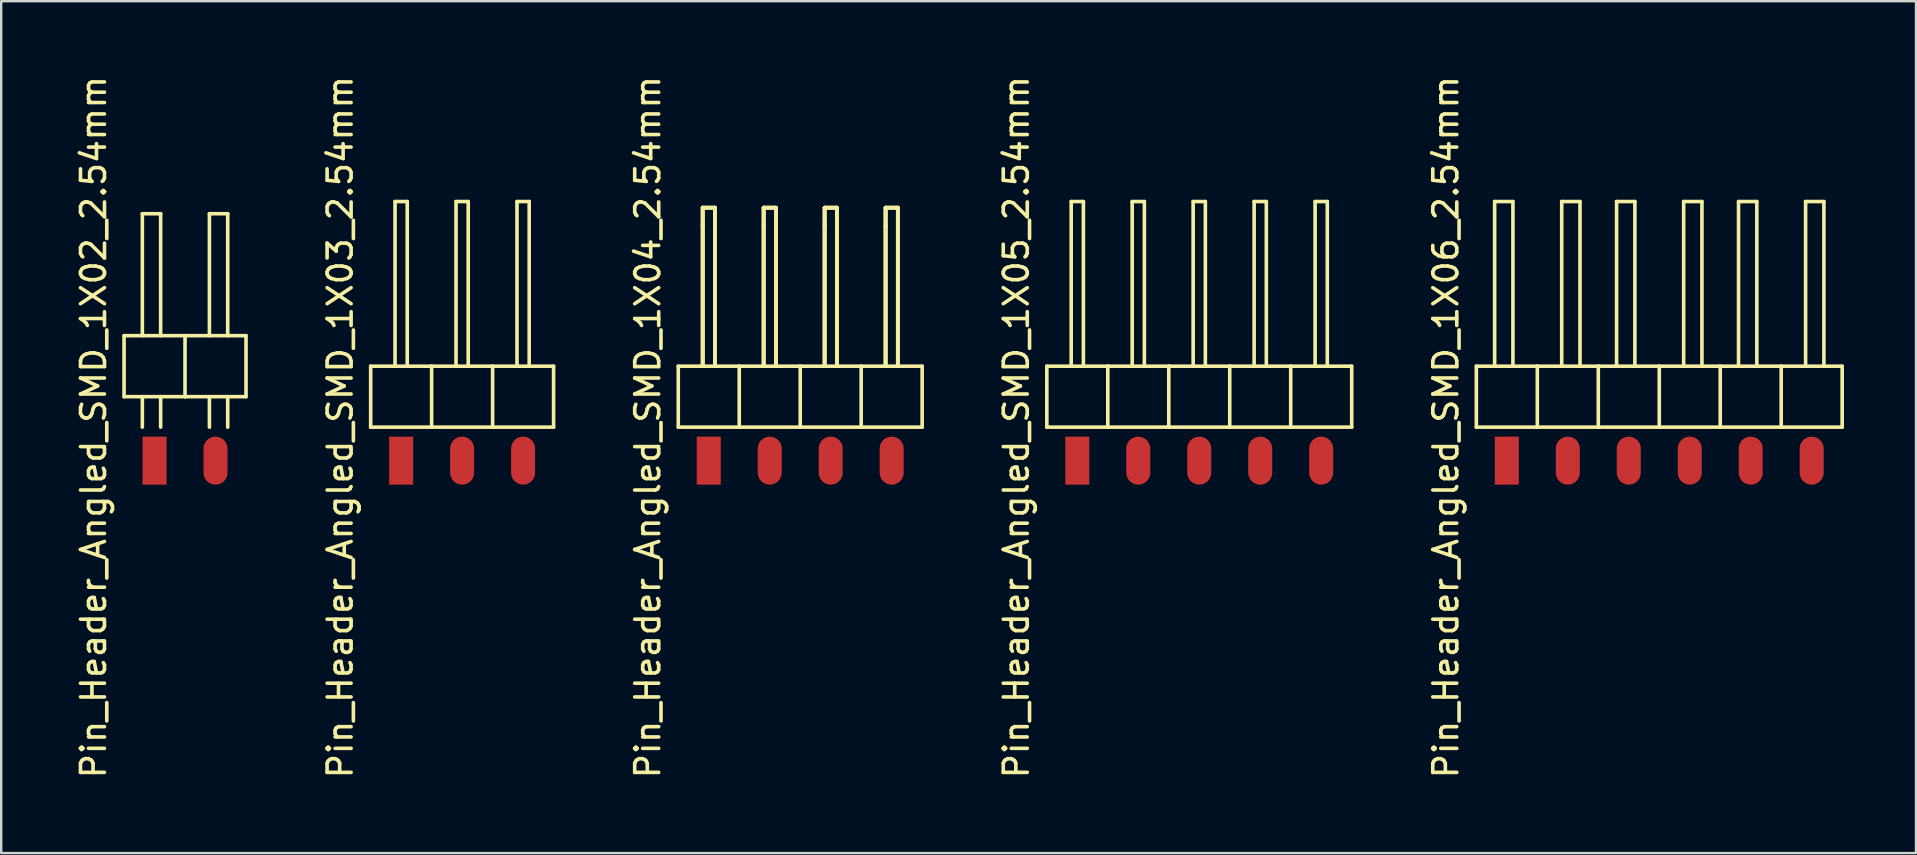
<source format=kicad_pcb>
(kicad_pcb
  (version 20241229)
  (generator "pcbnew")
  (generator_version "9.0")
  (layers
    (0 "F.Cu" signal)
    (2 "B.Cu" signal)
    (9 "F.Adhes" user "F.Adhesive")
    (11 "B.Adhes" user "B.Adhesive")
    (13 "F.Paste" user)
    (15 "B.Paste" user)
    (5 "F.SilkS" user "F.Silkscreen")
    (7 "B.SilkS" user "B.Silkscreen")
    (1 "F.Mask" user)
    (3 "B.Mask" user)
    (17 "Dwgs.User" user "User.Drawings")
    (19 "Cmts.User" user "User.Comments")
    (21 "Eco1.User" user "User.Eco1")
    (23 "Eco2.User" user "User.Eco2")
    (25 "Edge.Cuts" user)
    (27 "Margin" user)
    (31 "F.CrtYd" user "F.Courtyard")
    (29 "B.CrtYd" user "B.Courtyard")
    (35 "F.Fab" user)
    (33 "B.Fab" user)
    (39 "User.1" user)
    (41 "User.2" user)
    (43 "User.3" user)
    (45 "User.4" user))
  (footprint "Pin_Header_Angled_SMD_1X02_2.54mm"
    (layer "F.Cu")
    (at 4.658 10.934)
    (property "Reference" "Pin_Header_Angled_SMD_1X02_2.54mm" (at -3.81 3.81 90) (layer "F.SilkS") (effects (font (size 1 1) (thickness 0.15))))
    (attr through_hole)
    (fp_line (start -2.54 0) (end -2.54 2.54) (stroke (width 0.15) (type solid)) (layer "F.SilkS"))
    (fp_line (start -2.54 2.54) (end 0 2.54) (stroke (width 0.15) (type solid)) (layer "F.SilkS"))
    (fp_line (start -1.778 -5.08) (end -1.778 0) (stroke (width 0.15) (type solid)) (layer "F.SilkS"))
    (fp_line (start -1.778 -5.08) (end -1.016 -5.08) (stroke (width 0.15) (type solid)) (layer "F.SilkS"))
    (fp_line (start -1.778 2.54) (end -1.778 3.81) (stroke (width 0.15) (type solid)) (layer "F.SilkS"))
    (fp_line (start -1.016 -5.08) (end -1.016 0) (stroke (width 0.15) (type solid)) (layer "F.SilkS"))
    (fp_line (start -1.016 2.54) (end -1.016 3.81) (stroke (width 0.15) (type solid)) (layer "F.SilkS"))
    (fp_line (start 0 0) (end -2.54 0) (stroke (width 0.15) (type solid)) (layer "F.SilkS"))
    (fp_line (start 0 2.54) (end 0 0) (stroke (width 0.15) (type solid)) (layer "F.SilkS"))
    (fp_line (start 0 2.54) (end 2.54 2.54) (stroke (width 0.15) (type solid)) (layer "F.SilkS"))
    (fp_line (start 1.016 -5.08) (end 1.016 0) (stroke (width 0.15) (type solid)) (layer "F.SilkS"))
    (fp_line (start 1.016 2.54) (end 1.016 3.81) (stroke (width 0.15) (type solid)) (layer "F.SilkS"))
    (fp_line (start 1.778 -5.08) (end 1.016 -5.08) (stroke (width 0.15) (type solid)) (layer "F.SilkS"))
    (fp_line (start 1.778 -5.08) (end 1.778 0) (stroke (width 0.15) (type solid)) (layer "F.SilkS"))
    (fp_line (start 1.778 2.54) (end 1.778 3.81) (stroke (width 0.15) (type solid)) (layer "F.SilkS"))
    (fp_line (start 2.54 0) (end 0 0) (stroke (width 0.15) (type solid)) (layer "F.SilkS"))
    (fp_line (start 2.54 2.54) (end 2.54 0) (stroke (width 0.15) (type solid)) (layer "F.SilkS"))
    (pad "1" smd rect (at -1.27 5.205) (size 1 2) (layers "F.Cu" "F.Mask" "F.Paste"))
    (pad "2" smd oval (at 1.27 5.205) (size 1 2) (layers "F.Cu" "F.Mask" "F.Paste")))
  (footprint "Pin_Header_Angled_SMD_1X05_2.54mm"
    (layer "F.Cu")
    (at 46.908 10.934)
    (property "Reference" "Pin_Header_Angled_SMD_1X05_2.54mm" (at -7.62 3.81 90) (layer "F.SilkS") (effects (font (size 1 1) (thickness 0.15))))
    (attr through_hole)
    (fp_line (start -6.35 1.27) (end -6.35 3.81) (stroke (width 0.15) (type solid)) (layer "F.SilkS"))
    (fp_line (start -6.35 3.81) (end -3.81 3.81) (stroke (width 0.15) (type solid)) (layer "F.SilkS"))
    (fp_line (start -5.334 -5.588) (end -5.334 1.27) (stroke (width 0.15) (type solid)) (layer "F.SilkS"))
    (fp_line (start -5.334 -5.588) (end -4.826 -5.588) (stroke (width 0.15) (type solid)) (layer "F.SilkS"))
    (fp_line (start -4.826 -5.588) (end -4.826 1.27) (stroke (width 0.15) (type solid)) (layer "F.SilkS"))
    (fp_line (start -3.81 1.27) (end -6.35 1.27) (stroke (width 0.15) (type solid)) (layer "F.SilkS"))
    (fp_line (start -3.81 3.81) (end -3.81 1.27) (stroke (width 0.15) (type solid)) (layer "F.SilkS"))
    (fp_line (start -3.81 3.81) (end -1.27 3.81) (stroke (width 0.15) (type solid)) (layer "F.SilkS"))
    (fp_line (start -2.794 -5.588) (end -2.794 1.27) (stroke (width 0.15) (type solid)) (layer "F.SilkS"))
    (fp_line (start -2.794 -5.588) (end -2.286 -5.588) (stroke (width 0.15) (type solid)) (layer "F.SilkS"))
    (fp_line (start -2.286 -5.588) (end -2.286 1.27) (stroke (width 0.15) (type solid)) (layer "F.SilkS"))
    (fp_line (start -1.27 1.27) (end -3.81 1.27) (stroke (width 0.15) (type solid)) (layer "F.SilkS"))
    (fp_line (start -1.27 3.81) (end -1.27 1.27) (stroke (width 0.15) (type solid)) (layer "F.SilkS"))
    (fp_line (start -0.254 -5.588) (end -0.254 1.27) (stroke (width 0.15) (type solid)) (layer "F.SilkS"))
    (fp_line (start -0.254 -5.588) (end 0.254 -5.588) (stroke (width 0.15) (type solid)) (layer "F.SilkS"))
    (fp_line (start 0.254 -5.588) (end 0.254 1.27) (stroke (width 0.15) (type solid)) (layer "F.SilkS"))
    (fp_line (start 1.27 1.27) (end -1.27 1.27) (stroke (width 0.15) (type solid)) (layer "F.SilkS"))
    (fp_line (start 1.27 1.27) (end 1.27 3.81) (stroke (width 0.15) (type solid)) (layer "F.SilkS"))
    (fp_line (start 1.27 3.81) (end -1.27 3.81) (stroke (width 0.15) (type solid)) (layer "F.SilkS"))
    (fp_line (start 1.27 3.81) (end 3.81 3.81) (stroke (width 0.15) (type solid)) (layer "F.SilkS"))
    (fp_line (start 2.286 -5.588) (end 2.286 1.27) (stroke (width 0.15) (type solid)) (layer "F.SilkS"))
    (fp_line (start 2.286 -5.588) (end 2.794 -5.588) (stroke (width 0.15) (type solid)) (layer "F.SilkS"))
    (fp_line (start 2.794 -5.588) (end 2.794 1.27) (stroke (width 0.15) (type solid)) (layer "F.SilkS"))
    (fp_line (start 3.81 1.27) (end 1.27 1.27) (stroke (width 0.15) (type solid)) (layer "F.SilkS"))
    (fp_line (start 3.81 1.27) (end 6.35 1.27) (stroke (width 0.15) (type solid)) (layer "F.SilkS"))
    (fp_line (start 3.81 3.81) (end 3.81 1.27) (stroke (width 0.15) (type solid)) (layer "F.SilkS"))
    (fp_line (start 4.826 -5.588) (end 4.826 1.27) (stroke (width 0.15) (type solid)) (layer "F.SilkS"))
    (fp_line (start 4.826 -5.588) (end 5.334 -5.588) (stroke (width 0.15) (type solid)) (layer "F.SilkS"))
    (fp_line (start 5.334 -5.588) (end 5.334 1.27) (stroke (width 0.15) (type solid)) (layer "F.SilkS"))
    (fp_line (start 6.35 3.81) (end 3.81 3.81) (stroke (width 0.15) (type solid)) (layer "F.SilkS"))
    (fp_line (start 6.35 3.81) (end 6.35 1.27) (stroke (width 0.15) (type solid)) (layer "F.SilkS"))
    (pad "1" smd rect (at -5.08 5.205) (size 1 2) (layers "F.Cu" "F.Mask" "F.Paste"))
    (pad "2" smd oval (at -2.54 5.205) (size 1 2) (layers "F.Cu" "F.Mask" "F.Paste"))
    (pad "3" smd oval (at 0 5.205) (size 1 2) (layers "F.Cu" "F.Mask" "F.Paste"))
    (pad "4" smd oval (at 2.54 5.205) (size 1 2) (layers "F.Cu" "F.Mask" "F.Paste"))
    (pad "5" smd oval (at 5.08 5.205) (size 1 2) (layers "F.Cu" "F.Mask" "F.Paste")))
  (footprint "Pin_Header_Angled_SMD_1X06_2.54mm"
    (layer "F.Cu")
    (at 66.071 10.934)
    (property "Reference" "Pin_Header_Angled_SMD_1X06_2.54mm" (at -8.89 3.81 90) (layer "F.SilkS") (effects (font (size 1 1) (thickness 0.15))))
    (attr through_hole)
    (fp_line (start -7.62 1.27) (end -7.62 3.81) (stroke (width 0.15) (type solid)) (layer "F.SilkS"))
    (fp_line (start -7.62 3.81) (end -5.08 3.81) (stroke (width 0.15) (type solid)) (layer "F.SilkS"))
    (fp_line (start -6.858 -5.588) (end -6.858 1.27) (stroke (width 0.15) (type solid)) (layer "F.SilkS"))
    (fp_line (start -6.858 -5.588) (end -6.096 -5.588) (stroke (width 0.15) (type solid)) (layer "F.SilkS"))
    (fp_line (start -6.096 -5.588) (end -6.096 1.27) (stroke (width 0.15) (type solid)) (layer "F.SilkS"))
    (fp_line (start -5.08 1.27) (end -7.62 1.27) (stroke (width 0.15) (type solid)) (layer "F.SilkS"))
    (fp_line (start -5.08 3.81) (end -5.08 1.27) (stroke (width 0.15) (type solid)) (layer "F.SilkS"))
    (fp_line (start -5.08 3.81) (end -2.54 3.81) (stroke (width 0.15) (type solid)) (layer "F.SilkS"))
    (fp_line (start -4.064 -5.588) (end -4.064 1.27) (stroke (width 0.15) (type solid)) (layer "F.SilkS"))
    (fp_line (start -4.064 -5.588) (end -3.302 -5.588) (stroke (width 0.15) (type solid)) (layer "F.SilkS"))
    (fp_line (start -3.302 -5.588) (end -3.302 1.27) (stroke (width 0.15) (type solid)) (layer "F.SilkS"))
    (fp_line (start -2.54 1.27) (end -5.08 1.27) (stroke (width 0.15) (type solid)) (layer "F.SilkS"))
    (fp_line (start -2.54 3.81) (end -2.54 1.27) (stroke (width 0.15) (type solid)) (layer "F.SilkS"))
    (fp_line (start -1.778 -5.588) (end -1.778 1.27) (stroke (width 0.15) (type solid)) (layer "F.SilkS"))
    (fp_line (start -1.778 -5.588) (end -1.016 -5.588) (stroke (width 0.15) (type solid)) (layer "F.SilkS"))
    (fp_line (start -1.016 -5.588) (end -1.016 1.27) (stroke (width 0.15) (type solid)) (layer "F.SilkS"))
    (fp_line (start 0 1.27) (end -2.54 1.27) (stroke (width 0.15) (type solid)) (layer "F.SilkS"))
    (fp_line (start 0 1.27) (end 0 3.81) (stroke (width 0.15) (type solid)) (layer "F.SilkS"))
    (fp_line (start 0 3.81) (end -2.54 3.81) (stroke (width 0.15) (type solid)) (layer "F.SilkS"))
    (fp_line (start 0 3.81) (end 2.54 3.81) (stroke (width 0.15) (type solid)) (layer "F.SilkS"))
    (fp_line (start 1.016 -5.588) (end 1.016 1.27) (stroke (width 0.15) (type solid)) (layer "F.SilkS"))
    (fp_line (start 1.016 -5.588) (end 1.778 -5.588) (stroke (width 0.15) (type solid)) (layer "F.SilkS"))
    (fp_line (start 1.778 -5.588) (end 1.778 1.27) (stroke (width 0.15) (type solid)) (layer "F.SilkS"))
    (fp_line (start 2.54 1.27) (end 0 1.27) (stroke (width 0.15) (type solid)) (layer "F.SilkS"))
    (fp_line (start 2.54 1.27) (end 5.08 1.27) (stroke (width 0.15) (type solid)) (layer "F.SilkS"))
    (fp_line (start 2.54 3.81) (end 2.54 1.27) (stroke (width 0.15) (type solid)) (layer "F.SilkS"))
    (fp_line (start 3.302 -5.588) (end 3.302 1.27) (stroke (width 0.15) (type solid)) (layer "F.SilkS"))
    (fp_line (start 3.302 -5.588) (end 4.064 -5.588) (stroke (width 0.15) (type solid)) (layer "F.SilkS"))
    (fp_line (start 4.064 -5.588) (end 4.064 1.27) (stroke (width 0.15) (type solid)) (layer "F.SilkS"))
    (fp_line (start 5.08 1.27) (end 7.62 1.27) (stroke (width 0.15) (type solid)) (layer "F.SilkS"))
    (fp_line (start 5.08 3.81) (end 2.54 3.81) (stroke (width 0.15) (type solid)) (layer "F.SilkS"))
    (fp_line (start 5.08 3.81) (end 5.08 1.27) (stroke (width 0.15) (type solid)) (layer "F.SilkS"))
    (fp_line (start 6.096 -5.588) (end 6.096 1.27) (stroke (width 0.15) (type solid)) (layer "F.SilkS"))
    (fp_line (start 6.096 -5.588) (end 6.858 -5.588) (stroke (width 0.15) (type solid)) (layer "F.SilkS"))
    (fp_line (start 6.858 -5.588) (end 6.858 1.27) (stroke (width 0.15) (type solid)) (layer "F.SilkS"))
    (fp_line (start 7.62 1.27) (end 7.62 3.81) (stroke (width 0.15) (type solid)) (layer "F.SilkS"))
    (fp_line (start 7.62 3.81) (end 5.08 3.81) (stroke (width 0.15) (type solid)) (layer "F.SilkS"))
    (pad "1" smd rect (at -6.35 5.205) (size 1 2) (layers "F.Cu" "F.Mask" "F.Paste"))
    (pad "2" smd oval (at -3.81 5.205) (size 1 2) (layers "F.Cu" "F.Mask" "F.Paste"))
    (pad "3" smd oval (at -1.27 5.205) (size 1 2) (layers "F.Cu" "F.Mask" "F.Paste"))
    (pad "4" smd oval (at 1.27 5.205) (size 1 2) (layers "F.Cu" "F.Mask" "F.Paste"))
    (pad "5" smd oval (at 3.81 5.205) (size 1 2) (layers "F.Cu" "F.Mask" "F.Paste"))
    (pad "6" smd oval (at 6.35 5.205) (size 1 2) (layers "F.Cu" "F.Mask" "F.Paste")))
  (footprint "Pin_Header_Angled_SMD_1X04_2.54mm"
    (layer "F.Cu")
    (at 30.285 10.934)
    (property "Reference" "Pin_Header_Angled_SMD_1X04_2.54mm" (at -6.35 3.81 90) (layer "F.SilkS") (effects (font (size 1 1) (thickness 0.15))))
    (attr through_hole)
    (fp_line (start -5.08 1.27) (end -5.08 3.81) (stroke (width 0.15) (type solid)) (layer "F.SilkS"))
    (fp_line (start -5.08 3.81) (end -2.54 3.81) (stroke (width 0.15) (type solid)) (layer "F.SilkS"))
    (fp_line (start -4.064 -5.334) (end -3.556 -5.334) (stroke (width 0.15) (type solid)) (layer "F.SilkS"))
    (fp_line (start -4.064 -5.334) (end -3.556 -5.334) (stroke (width 0.15) (type solid)) (layer "F.SilkS"))
    (fp_line (start -4.064 -5.334) (end -3.556 -5.334) (stroke (width 0.15) (type solid)) (layer "F.SilkS"))
    (fp_line (start -4.064 -5.334) (end -3.556 -5.334) (stroke (width 0.15) (type solid)) (layer "F.SilkS"))
    (fp_line (start -4.064 -4.572) (end -4.064 -5.334) (stroke (width 0.15) (type solid)) (layer "F.SilkS"))
    (fp_line (start -4.064 -4.572) (end -4.064 -5.334) (stroke (width 0.15) (type solid)) (layer "F.SilkS"))
    (fp_line (start -4.064 -4.572) (end -4.064 -5.334) (stroke (width 0.15) (type solid)) (layer "F.SilkS"))
    (fp_line (start -4.064 -4.572) (end -4.064 -5.334) (stroke (width 0.15) (type solid)) (layer "F.SilkS"))
    (fp_line (start -4.064 1.27) (end -4.064 -4.572) (stroke (width 0.15) (type solid)) (layer "F.SilkS"))
    (fp_line (start -4.064 1.27) (end -4.064 -4.572) (stroke (width 0.15) (type solid)) (layer "F.SilkS"))
    (fp_line (start -4.064 1.27) (end -4.064 -4.572) (stroke (width 0.15) (type solid)) (layer "F.SilkS"))
    (fp_line (start -4.064 1.27) (end -4.064 -4.572) (stroke (width 0.15) (type solid)) (layer "F.SilkS"))
    (fp_line (start -3.556 -5.334) (end -3.556 1.27) (stroke (width 0.15) (type solid)) (layer "F.SilkS"))
    (fp_line (start -3.556 -5.334) (end -3.556 1.27) (stroke (width 0.15) (type solid)) (layer "F.SilkS"))
    (fp_line (start -3.556 -5.334) (end -3.556 1.27) (stroke (width 0.15) (type solid)) (layer "F.SilkS"))
    (fp_line (start -3.556 -5.334) (end -3.556 1.27) (stroke (width 0.15) (type solid)) (layer "F.SilkS"))
    (fp_line (start -2.54 1.27) (end -5.08 1.27) (stroke (width 0.15) (type solid)) (layer "F.SilkS"))
    (fp_line (start -2.54 3.81) (end -2.54 1.27) (stroke (width 0.15) (type solid)) (layer "F.SilkS"))
    (fp_line (start -2.54 3.81) (end 0 3.81) (stroke (width 0.15) (type solid)) (layer "F.SilkS"))
    (fp_line (start -1.524 -5.334) (end -1.016 -5.334) (stroke (width 0.15) (type solid)) (layer "F.SilkS"))
    (fp_line (start -1.524 -5.334) (end -1.016 -5.334) (stroke (width 0.15) (type solid)) (layer "F.SilkS"))
    (fp_line (start -1.524 -5.334) (end -1.016 -5.334) (stroke (width 0.15) (type solid)) (layer "F.SilkS"))
    (fp_line (start -1.524 -5.334) (end -1.016 -5.334) (stroke (width 0.15) (type solid)) (layer "F.SilkS"))
    (fp_line (start -1.524 -4.572) (end -1.524 -5.334) (stroke (width 0.15) (type solid)) (layer "F.SilkS"))
    (fp_line (start -1.524 -4.572) (end -1.524 -5.334) (stroke (width 0.15) (type solid)) (layer "F.SilkS"))
    (fp_line (start -1.524 -4.572) (end -1.524 -5.334) (stroke (width 0.15) (type solid)) (layer "F.SilkS"))
    (fp_line (start -1.524 -4.572) (end -1.524 -5.334) (stroke (width 0.15) (type solid)) (layer "F.SilkS"))
    (fp_line (start -1.524 1.27) (end -1.524 -4.572) (stroke (width 0.15) (type solid)) (layer "F.SilkS"))
    (fp_line (start -1.524 1.27) (end -1.524 -4.572) (stroke (width 0.15) (type solid)) (layer "F.SilkS"))
    (fp_line (start -1.524 1.27) (end -1.524 -4.572) (stroke (width 0.15) (type solid)) (layer "F.SilkS"))
    (fp_line (start -1.524 1.27) (end -1.524 -4.572) (stroke (width 0.15) (type solid)) (layer "F.SilkS"))
    (fp_line (start -1.016 -5.334) (end -1.016 1.27) (stroke (width 0.15) (type solid)) (layer "F.SilkS"))
    (fp_line (start -1.016 -5.334) (end -1.016 1.27) (stroke (width 0.15) (type solid)) (layer "F.SilkS"))
    (fp_line (start -1.016 -5.334) (end -1.016 1.27) (stroke (width 0.15) (type solid)) (layer "F.SilkS"))
    (fp_line (start -1.016 -5.334) (end -1.016 1.27) (stroke (width 0.15) (type solid)) (layer "F.SilkS"))
    (fp_line (start 0 1.27) (end -2.54 1.27) (stroke (width 0.15) (type solid)) (layer "F.SilkS"))
    (fp_line (start 0 3.81) (end 0 1.27) (stroke (width 0.15) (type solid)) (layer "F.SilkS"))
    (fp_line (start 1.016 -5.334) (end 1.524 -5.334) (stroke (width 0.15) (type solid)) (layer "F.SilkS"))
    (fp_line (start 1.016 -5.334) (end 1.524 -5.334) (stroke (width 0.15) (type solid)) (layer "F.SilkS"))
    (fp_line (start 1.016 -5.334) (end 1.524 -5.334) (stroke (width 0.15) (type solid)) (layer "F.SilkS"))
    (fp_line (start 1.016 -5.334) (end 1.524 -5.334) (stroke (width 0.15) (type solid)) (layer "F.SilkS"))
    (fp_line (start 1.016 -4.572) (end 1.016 -5.334) (stroke (width 0.15) (type solid)) (layer "F.SilkS"))
    (fp_line (start 1.016 -4.572) (end 1.016 -5.334) (stroke (width 0.15) (type solid)) (layer "F.SilkS"))
    (fp_line (start 1.016 -4.572) (end 1.016 -5.334) (stroke (width 0.15) (type solid)) (layer "F.SilkS"))
    (fp_line (start 1.016 -4.572) (end 1.016 -5.334) (stroke (width 0.15) (type solid)) (layer "F.SilkS"))
    (fp_line (start 1.016 1.27) (end 1.016 -4.572) (stroke (width 0.15) (type solid)) (layer "F.SilkS"))
    (fp_line (start 1.016 1.27) (end 1.016 -4.572) (stroke (width 0.15) (type solid)) (layer "F.SilkS"))
    (fp_line (start 1.016 1.27) (end 1.016 -4.572) (stroke (width 0.15) (type solid)) (layer "F.SilkS"))
    (fp_line (start 1.016 1.27) (end 1.016 -4.572) (stroke (width 0.15) (type solid)) (layer "F.SilkS"))
    (fp_line (start 1.524 -5.334) (end 1.524 1.27) (stroke (width 0.15) (type solid)) (layer "F.SilkS"))
    (fp_line (start 1.524 -5.334) (end 1.524 1.27) (stroke (width 0.15) (type solid)) (layer "F.SilkS"))
    (fp_line (start 1.524 -5.334) (end 1.524 1.27) (stroke (width 0.15) (type solid)) (layer "F.SilkS"))
    (fp_line (start 1.524 -5.334) (end 1.524 1.27) (stroke (width 0.15) (type solid)) (layer "F.SilkS"))
    (fp_line (start 2.54 1.27) (end 0 1.27) (stroke (width 0.15) (type solid)) (layer "F.SilkS"))
    (fp_line (start 2.54 1.27) (end 2.54 3.81) (stroke (width 0.15) (type solid)) (layer "F.SilkS"))
    (fp_line (start 2.54 3.81) (end 0 3.81) (stroke (width 0.15) (type solid)) (layer "F.SilkS"))
    (fp_line (start 2.54 3.81) (end 5.08 3.81) (stroke (width 0.15) (type solid)) (layer "F.SilkS"))
    (fp_line (start 3.556 -5.334) (end 4.064 -5.334) (stroke (width 0.15) (type solid)) (layer "F.SilkS"))
    (fp_line (start 3.556 -5.334) (end 4.064 -5.334) (stroke (width 0.15) (type solid)) (layer "F.SilkS"))
    (fp_line (start 3.556 -5.334) (end 4.064 -5.334) (stroke (width 0.15) (type solid)) (layer "F.SilkS"))
    (fp_line (start 3.556 -5.334) (end 4.064 -5.334) (stroke (width 0.15) (type solid)) (layer "F.SilkS"))
    (fp_line (start 3.556 -4.572) (end 3.556 -5.334) (stroke (width 0.15) (type solid)) (layer "F.SilkS"))
    (fp_line (start 3.556 -4.572) (end 3.556 -5.334) (stroke (width 0.15) (type solid)) (layer "F.SilkS"))
    (fp_line (start 3.556 -4.572) (end 3.556 -5.334) (stroke (width 0.15) (type solid)) (layer "F.SilkS"))
    (fp_line (start 3.556 -4.572) (end 3.556 -5.334) (stroke (width 0.15) (type solid)) (layer "F.SilkS"))
    (fp_line (start 3.556 1.27) (end 3.556 -4.572) (stroke (width 0.15) (type solid)) (layer "F.SilkS"))
    (fp_line (start 3.556 1.27) (end 3.556 -4.572) (stroke (width 0.15) (type solid)) (layer "F.SilkS"))
    (fp_line (start 3.556 1.27) (end 3.556 -4.572) (stroke (width 0.15) (type solid)) (layer "F.SilkS"))
    (fp_line (start 3.556 1.27) (end 3.556 -4.572) (stroke (width 0.15) (type solid)) (layer "F.SilkS"))
    (fp_line (start 4.064 -5.334) (end 4.064 1.27) (stroke (width 0.15) (type solid)) (layer "F.SilkS"))
    (fp_line (start 4.064 -5.334) (end 4.064 1.27) (stroke (width 0.15) (type solid)) (layer "F.SilkS"))
    (fp_line (start 4.064 -5.334) (end 4.064 1.27) (stroke (width 0.15) (type solid)) (layer "F.SilkS"))
    (fp_line (start 4.064 -5.334) (end 4.064 1.27) (stroke (width 0.15) (type solid)) (layer "F.SilkS"))
    (fp_line (start 5.08 1.27) (end 2.54 1.27) (stroke (width 0.15) (type solid)) (layer "F.SilkS"))
    (fp_line (start 5.08 3.81) (end 5.08 1.27) (stroke (width 0.15) (type solid)) (layer "F.SilkS"))
    (pad "1" smd rect (at -3.81 5.205) (size 1 2) (layers "F.Cu" "F.Mask" "F.Paste"))
    (pad "2" smd oval (at -1.27 5.205) (size 1 2) (layers "F.Cu" "F.Mask" "F.Paste"))
    (pad "3" smd oval (at 1.27 5.205) (size 1 2) (layers "F.Cu" "F.Mask" "F.Paste"))
    (pad "4" smd oval (at 3.81 5.205) (size 1 2) (layers "F.Cu" "F.Mask" "F.Paste")))
  (footprint "Pin_Header_Angled_SMD_1X03_2.54mm"
    (layer "F.Cu")
    (at 16.201 10.934)
    (property "Reference" "Pin_Header_Angled_SMD_1X03_2.54mm" (at -5.08 3.81 90) (layer "F.SilkS") (effects (font (size 1 1) (thickness 0.15))))
    (attr through_hole)
    (fp_line (start -3.81 1.27) (end -3.81 3.81) (stroke (width 0.15) (type solid)) (layer "F.SilkS"))
    (fp_line (start -3.81 3.81) (end -1.27 3.81) (stroke (width 0.15) (type solid)) (layer "F.SilkS"))
    (fp_line (start -2.794 -5.588) (end -2.794 1.27) (stroke (width 0.15) (type solid)) (layer "F.SilkS"))
    (fp_line (start -2.794 -5.588) (end -2.286 -5.588) (stroke (width 0.15) (type solid)) (layer "F.SilkS"))
    (fp_line (start -2.286 -5.588) (end -2.286 1.27) (stroke (width 0.15) (type solid)) (layer "F.SilkS"))
    (fp_line (start -1.27 1.27) (end -3.81 1.27) (stroke (width 0.15) (type solid)) (layer "F.SilkS"))
    (fp_line (start -1.27 3.81) (end -1.27 1.27) (stroke (width 0.15) (type solid)) (layer "F.SilkS"))
    (fp_line (start -1.27 3.81) (end 1.27 3.81) (stroke (width 0.15) (type solid)) (layer "F.SilkS"))
    (fp_line (start -0.254 -5.588) (end 0.254 -5.588) (stroke (width 0.15) (type solid)) (layer "F.SilkS"))
    (fp_line (start -0.254 1.27) (end -0.254 -5.588) (stroke (width 0.15) (type solid)) (layer "F.SilkS"))
    (fp_line (start 0.254 -5.588) (end 0.254 1.27) (stroke (width 0.15) (type solid)) (layer "F.SilkS"))
    (fp_line (start 1.27 1.27) (end -1.27 1.27) (stroke (width 0.15) (type solid)) (layer "F.SilkS"))
    (fp_line (start 1.27 3.81) (end 1.27 1.27) (stroke (width 0.15) (type solid)) (layer "F.SilkS"))
    (fp_line (start 2.286 -5.588) (end 2.794 -5.588) (stroke (width 0.15) (type solid)) (layer "F.SilkS"))
    (fp_line (start 2.286 1.27) (end 2.286 -5.588) (stroke (width 0.15) (type solid)) (layer "F.SilkS"))
    (fp_line (start 2.794 -5.588) (end 2.794 1.27) (stroke (width 0.15) (type solid)) (layer "F.SilkS"))
    (fp_line (start 3.81 1.27) (end 1.27 1.27) (stroke (width 0.15) (type solid)) (layer "F.SilkS"))
    (fp_line (start 3.81 1.27) (end 3.81 3.81) (stroke (width 0.15) (type solid)) (layer "F.SilkS"))
    (fp_line (start 3.81 3.81) (end 1.27 3.81) (stroke (width 0.15) (type solid)) (layer "F.SilkS"))
    (pad "1" smd rect (at -2.54 5.205) (size 1 2) (layers "F.Cu" "F.Mask" "F.Paste"))
    (pad "2" smd oval (at 0 5.205) (size 1 2) (layers "F.Cu" "F.Mask" "F.Paste"))
    (pad "3" smd oval (at 2.54 5.205) (size 1 2) (layers "F.Cu" "F.Mask" "F.Paste")))
  (gr_rect
    (start -3 -3)
    (end 76.766 32.488)
    (stroke (width 0.1) (type default))
    (fill no)
    (layer "Edge.Cuts")))
</source>
